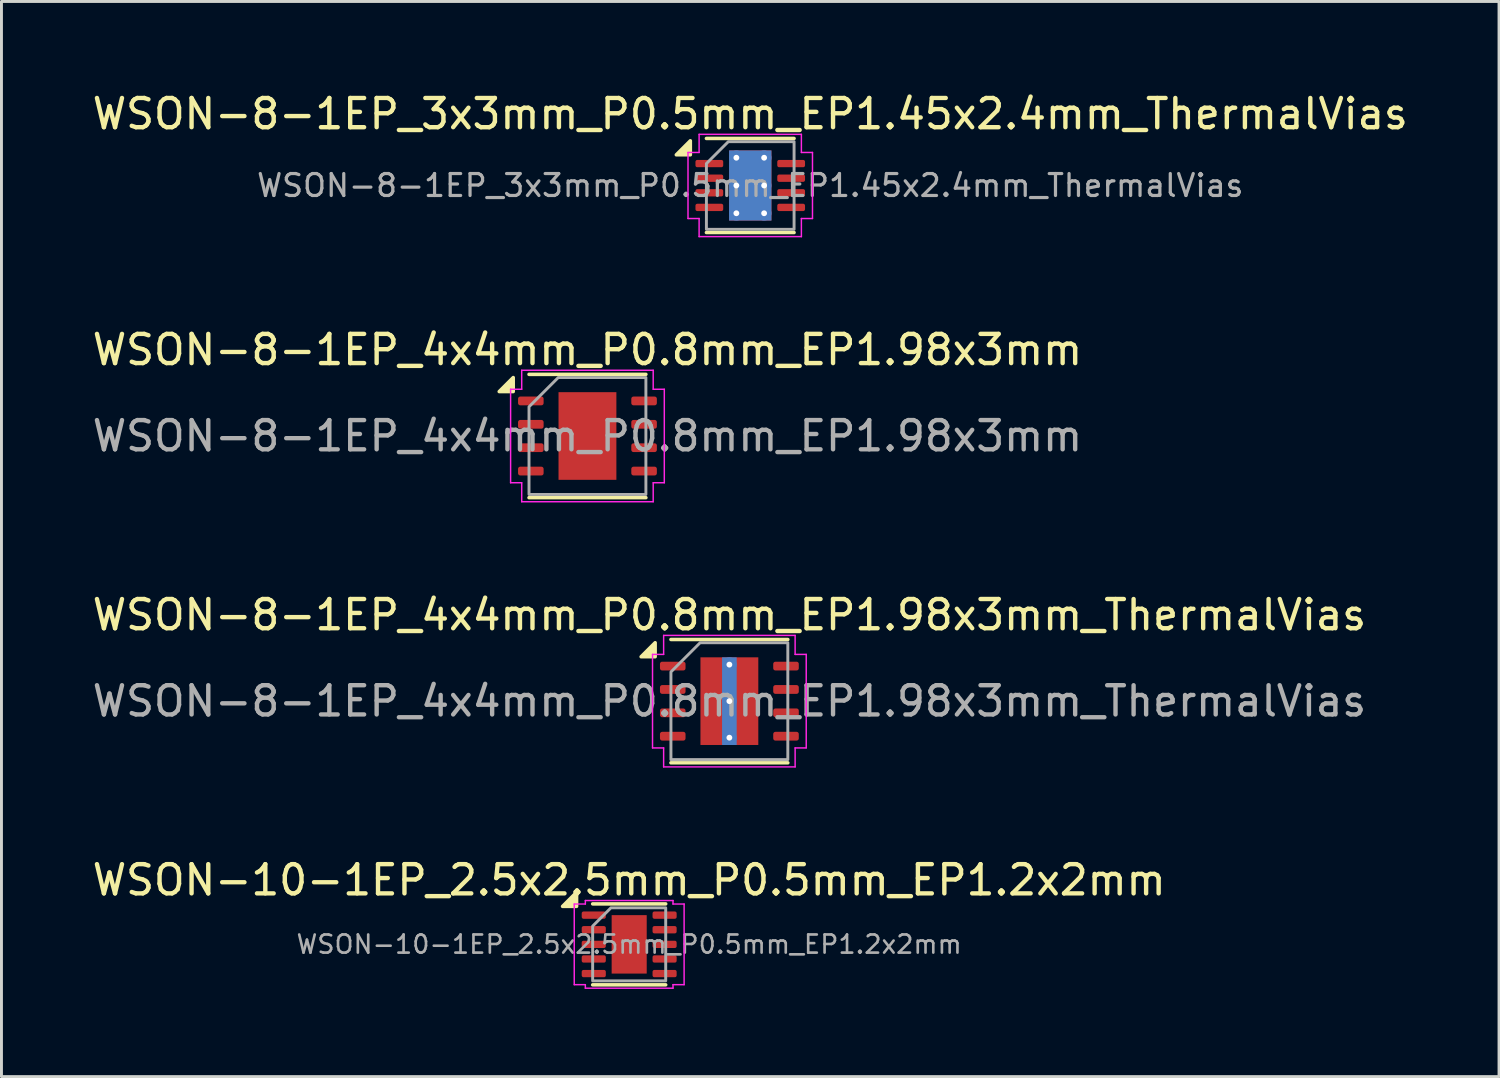
<source format=kicad_pcb>
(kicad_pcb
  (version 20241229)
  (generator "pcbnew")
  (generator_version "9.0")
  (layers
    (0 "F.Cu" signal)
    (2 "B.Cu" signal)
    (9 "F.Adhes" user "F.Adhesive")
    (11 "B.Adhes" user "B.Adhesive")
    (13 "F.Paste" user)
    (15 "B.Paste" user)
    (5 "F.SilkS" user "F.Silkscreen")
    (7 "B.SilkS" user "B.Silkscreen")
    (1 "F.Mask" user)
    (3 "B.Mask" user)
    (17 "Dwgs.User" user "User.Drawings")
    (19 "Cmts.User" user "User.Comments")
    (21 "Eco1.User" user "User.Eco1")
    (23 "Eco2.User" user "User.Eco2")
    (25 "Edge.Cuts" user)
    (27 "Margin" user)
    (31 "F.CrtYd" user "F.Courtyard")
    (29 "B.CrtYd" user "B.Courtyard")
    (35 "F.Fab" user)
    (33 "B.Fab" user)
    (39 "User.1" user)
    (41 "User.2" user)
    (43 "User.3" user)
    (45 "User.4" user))
  (footprint "WSON-8-1EP_3x3mm_P0.5mm_EP1.45x2.4mm_ThermalVias"
    (layer "F.Cu")
    (at 22.625 3.298)
    (property "Reference" "WSON-8-1EP_3x3mm_P0.5mm_EP1.45x2.4mm_ThermalVias" (at 0 -2.45 0) (layer "F.SilkS") (effects (font (size 1 1) (thickness 0.15))))
    (attr smd)
    (fp_line (start -1.5 -1.61) (end 1.5 -1.61) (stroke (width 0.12) (type solid)) (layer "F.SilkS"))
    (fp_line (start -1.5 1.61) (end 1.5 1.61) (stroke (width 0.12) (type solid)) (layer "F.SilkS"))
    (fp_poly (pts (xy -2.05 -1.05) (xy -2.53 -1.05) (xy -2.05 -1.53)) (stroke (width 0.12) (type solid)) (fill yes) (layer "F.SilkS"))
    (fp_line (start -2.13 -1.13) (end -1.75 -1.13) (stroke (width 0.05) (type solid)) (layer "F.CrtYd"))
    (fp_line (start -2.13 1.13) (end -2.13 -1.13) (stroke (width 0.05) (type solid)) (layer "F.CrtYd"))
    (fp_line (start -1.75 -1.75) (end 1.75 -1.75) (stroke (width 0.05) (type solid)) (layer "F.CrtYd"))
    (fp_line (start -1.75 -1.13) (end -1.75 -1.75) (stroke (width 0.05) (type solid)) (layer "F.CrtYd"))
    (fp_line (start -1.75 1.13) (end -2.13 1.13) (stroke (width 0.05) (type solid)) (layer "F.CrtYd"))
    (fp_line (start -1.75 1.75) (end -1.75 1.13) (stroke (width 0.05) (type solid)) (layer "F.CrtYd"))
    (fp_line (start 1.75 -1.75) (end 1.75 -1.13) (stroke (width 0.05) (type solid)) (layer "F.CrtYd"))
    (fp_line (start 1.75 -1.13) (end 2.13 -1.13) (stroke (width 0.05) (type solid)) (layer "F.CrtYd"))
    (fp_line (start 1.75 1.13) (end 1.75 1.75) (stroke (width 0.05) (type solid)) (layer "F.CrtYd"))
    (fp_line (start 1.75 1.75) (end -1.75 1.75) (stroke (width 0.05) (type solid)) (layer "F.CrtYd"))
    (fp_line (start 2.13 -1.13) (end 2.13 1.13) (stroke (width 0.05) (type solid)) (layer "F.CrtYd"))
    (fp_line (start 2.13 1.13) (end 1.75 1.13) (stroke (width 0.05) (type solid)) (layer "F.CrtYd"))
    (fp_poly (pts (xy -1.5 -0.75) (xy -1.5 1.5) (xy 1.5 1.5) (xy 1.5 -1.5) (xy -0.75 -1.5)) (stroke (width 0.1) (type solid)) (fill no) (layer "F.Fab"))
    (fp_text user "${REFERENCE}" (at 0 0 0) (layer "F.Fab") (effects (font (size 0.75 0.75) (thickness 0.11))))
    (pad "" smd roundrect (at 0 -0.6) (size 1.26 1.04) (layers "F.Paste") (roundrect_rratio 0.24))
    (pad "" smd roundrect (at 0 0.6) (size 1.26 1.04) (layers "F.Paste") (roundrect_rratio 0.24))
    (pad "1" smd roundrect (at -1.4 -0.75) (size 0.95 0.25) (layers "F.Cu" "F.Mask" "F.Paste") (roundrect_rratio 0.25))
    (pad "2" smd roundrect (at -1.4 -0.25) (size 0.95 0.25) (layers "F.Cu" "F.Mask" "F.Paste") (roundrect_rratio 0.25))
    (pad "3" smd roundrect (at -1.4 0.25) (size 0.95 0.25) (layers "F.Cu" "F.Mask" "F.Paste") (roundrect_rratio 0.25))
    (pad "4" smd roundrect (at -1.4 0.75) (size 0.95 0.25) (layers "F.Cu" "F.Mask" "F.Paste") (roundrect_rratio 0.25))
    (pad "5" smd roundrect (at 1.4 0.75) (size 0.95 0.25) (layers "F.Cu" "F.Mask" "F.Paste") (roundrect_rratio 0.25))
    (pad "6" smd roundrect (at 1.4 0.25) (size 0.95 0.25) (layers "F.Cu" "F.Mask" "F.Paste") (roundrect_rratio 0.25))
    (pad "7" smd roundrect (at 1.4 -0.25) (size 0.95 0.25) (layers "F.Cu" "F.Mask" "F.Paste") (roundrect_rratio 0.25))
    (pad "8" smd roundrect (at 1.4 -0.75) (size 0.95 0.25) (layers "F.Cu" "F.Mask" "F.Paste") (roundrect_rratio 0.25))
    (pad "9" thru_hole circle (at -0.475 -0.95) (size 0.5 0.5) (drill 0.2) (property pad_prop_heatsink) (layers "*.Cu"))
    (pad "9" thru_hole circle (at -0.475 0) (size 0.5 0.5) (drill 0.2) (property pad_prop_heatsink) (layers "*.Cu"))
    (pad "9" thru_hole circle (at -0.475 0.95) (size 0.5 0.5) (drill 0.2) (property pad_prop_heatsink) (layers "*.Cu"))
    (pad "9" smd rect (at 0 0) (size 1.45 2.4) (property pad_prop_heatsink) (layers "F.Cu" "F.Mask"))
    (pad "9" smd rect (at 0 0) (size 1.45 2.4) (property pad_prop_heatsink) (layers "B.Cu"))
    (pad "9" thru_hole circle (at 0.475 -0.95) (size 0.5 0.5) (drill 0.2) (property pad_prop_heatsink) (layers "*.Cu"))
    (pad "9" thru_hole circle (at 0.475 0) (size 0.5 0.5) (drill 0.2) (property pad_prop_heatsink) (layers "*.Cu"))
    (pad "9" thru_hole circle (at 0.475 0.95) (size 0.5 0.5) (drill 0.2) (property pad_prop_heatsink) (layers "*.Cu")))
  (footprint "WSON-10-1EP_2.5x2.5mm_P0.5mm_EP1.2x2mm"
    (layer "F.Cu")
    (at 18.482 29.268)
    (property "Reference" "WSON-10-1EP_2.5x2.5mm_P0.5mm_EP1.2x2mm" (at 0 -2.2 0) (layer "F.SilkS") (effects (font (size 1 1) (thickness 0.15))))
    (attr smd)
    (fp_line (start -1.25 -1.385) (end 1.25 -1.385) (stroke (width 0.12) (type solid)) (layer "F.SilkS"))
    (fp_line (start -1.25 1.385) (end 1.25 1.385) (stroke (width 0.12) (type solid)) (layer "F.SilkS"))
    (fp_poly (pts (xy -1.8 -1.3) (xy -2.28 -1.3) (xy -1.8 -1.78)) (stroke (width 0.12) (type solid)) (fill yes) (layer "F.SilkS"))
    (fp_line (start -1.88 -1.38) (end -1.5 -1.38) (stroke (width 0.05) (type solid)) (layer "F.CrtYd"))
    (fp_line (start -1.88 1.38) (end -1.88 -1.38) (stroke (width 0.05) (type solid)) (layer "F.CrtYd"))
    (fp_line (start -1.5 -1.5) (end 1.5 -1.5) (stroke (width 0.05) (type solid)) (layer "F.CrtYd"))
    (fp_line (start -1.5 -1.38) (end -1.5 -1.5) (stroke (width 0.05) (type solid)) (layer "F.CrtYd"))
    (fp_line (start -1.5 1.38) (end -1.88 1.38) (stroke (width 0.05) (type solid)) (layer "F.CrtYd"))
    (fp_line (start -1.5 1.5) (end -1.5 1.38) (stroke (width 0.05) (type solid)) (layer "F.CrtYd"))
    (fp_line (start 1.5 -1.5) (end 1.5 -1.38) (stroke (width 0.05) (type solid)) (layer "F.CrtYd"))
    (fp_line (start 1.5 -1.38) (end 1.88 -1.38) (stroke (width 0.05) (type solid)) (layer "F.CrtYd"))
    (fp_line (start 1.5 1.38) (end 1.5 1.5) (stroke (width 0.05) (type solid)) (layer "F.CrtYd"))
    (fp_line (start 1.5 1.5) (end -1.5 1.5) (stroke (width 0.05) (type solid)) (layer "F.CrtYd"))
    (fp_line (start 1.88 -1.38) (end 1.88 1.38) (stroke (width 0.05) (type solid)) (layer "F.CrtYd"))
    (fp_line (start 1.88 1.38) (end 1.5 1.38) (stroke (width 0.05) (type solid)) (layer "F.CrtYd"))
    (fp_poly (pts (xy -1.25 -0.625) (xy -1.25 1.25) (xy 1.25 1.25) (xy 1.25 -1.25) (xy -0.625 -1.25)) (stroke (width 0.1) (type solid)) (fill no) (layer "F.Fab"))
    (fp_text user "${REFERENCE}" (at 0 0 0) (layer "F.Fab") (effects (font (size 0.62 0.62) (thickness 0.09))))
    (pad "" smd roundrect (at -0.3 -0.5) (size 0.48 0.81) (layers "F.Paste") (roundrect_rratio 0.25))
    (pad "" smd roundrect (at -0.3 0.5) (size 0.48 0.81) (layers "F.Paste") (roundrect_rratio 0.25))
    (pad "" smd roundrect (at 0.3 -0.5) (size 0.48 0.81) (layers "F.Paste") (roundrect_rratio 0.25))
    (pad "" smd roundrect (at 0.3 0.5) (size 0.48 0.81) (layers "F.Paste") (roundrect_rratio 0.25))
    (pad "1" smd roundrect (at -1.212 -1) (size 0.825 0.25) (layers "F.Cu" "F.Mask" "F.Paste") (roundrect_rratio 0.25))
    (pad "2" smd roundrect (at -1.212 -0.5) (size 0.825 0.25) (layers "F.Cu" "F.Mask" "F.Paste") (roundrect_rratio 0.25))
    (pad "3" smd roundrect (at -1.212 0) (size 0.825 0.25) (layers "F.Cu" "F.Mask" "F.Paste") (roundrect_rratio 0.25))
    (pad "4" smd roundrect (at -1.212 0.5) (size 0.825 0.25) (layers "F.Cu" "F.Mask" "F.Paste") (roundrect_rratio 0.25))
    (pad "5" smd roundrect (at -1.212 1) (size 0.825 0.25) (layers "F.Cu" "F.Mask" "F.Paste") (roundrect_rratio 0.25))
    (pad "6" smd roundrect (at 1.212 1) (size 0.825 0.25) (layers "F.Cu" "F.Mask" "F.Paste") (roundrect_rratio 0.25))
    (pad "7" smd roundrect (at 1.212 0.5) (size 0.825 0.25) (layers "F.Cu" "F.Mask" "F.Paste") (roundrect_rratio 0.25))
    (pad "8" smd roundrect (at 1.212 0) (size 0.825 0.25) (layers "F.Cu" "F.Mask" "F.Paste") (roundrect_rratio 0.25))
    (pad "9" smd roundrect (at 1.212 -0.5) (size 0.825 0.25) (layers "F.Cu" "F.Mask" "F.Paste") (roundrect_rratio 0.25))
    (pad "10" smd roundrect (at 1.212 -1) (size 0.825 0.25) (layers "F.Cu" "F.Mask" "F.Paste") (roundrect_rratio 0.25))
    (pad "11" smd rect (at 0 0) (size 1.2 2) (property pad_prop_heatsink) (layers "F.Cu" "F.Mask")))
  (footprint "WSON-8-1EP_4x4mm_P0.8mm_EP1.98x3mm_ThermalVias"
    (layer "F.Cu")
    (at 21.911 20.945)
    (property "Reference" "WSON-8-1EP_4x4mm_P0.8mm_EP1.98x3mm_ThermalVias" (at 0 -2.95 0) (layer "F.SilkS") (effects (font (size 1 1) (thickness 0.15))))
    (attr smd)
    (fp_line (start -2 -2.11) (end 2 -2.11) (stroke (width 0.12) (type solid)) (layer "F.SilkS"))
    (fp_line (start -2 2.11) (end 2 2.11) (stroke (width 0.12) (type solid)) (layer "F.SilkS"))
    (fp_poly (pts (xy -2.54 -1.52) (xy -3.02 -1.52) (xy -2.54 -2)) (stroke (width 0.12) (type solid)) (fill yes) (layer "F.SilkS"))
    (fp_line (start -2.63 -1.6) (end -2.25 -1.6) (stroke (width 0.05) (type solid)) (layer "F.CrtYd"))
    (fp_line (start -2.63 1.6) (end -2.63 -1.6) (stroke (width 0.05) (type solid)) (layer "F.CrtYd"))
    (fp_line (start -2.25 -2.25) (end 2.25 -2.25) (stroke (width 0.05) (type solid)) (layer "F.CrtYd"))
    (fp_line (start -2.25 -1.6) (end -2.25 -2.25) (stroke (width 0.05) (type solid)) (layer "F.CrtYd"))
    (fp_line (start -2.25 1.6) (end -2.63 1.6) (stroke (width 0.05) (type solid)) (layer "F.CrtYd"))
    (fp_line (start -2.25 2.25) (end -2.25 1.6) (stroke (width 0.05) (type solid)) (layer "F.CrtYd"))
    (fp_line (start 2.25 -2.25) (end 2.25 -1.6) (stroke (width 0.05) (type solid)) (layer "F.CrtYd"))
    (fp_line (start 2.25 -1.6) (end 2.63 -1.6) (stroke (width 0.05) (type solid)) (layer "F.CrtYd"))
    (fp_line (start 2.25 1.6) (end 2.25 2.25) (stroke (width 0.05) (type solid)) (layer "F.CrtYd"))
    (fp_line (start 2.25 2.25) (end -2.25 2.25) (stroke (width 0.05) (type solid)) (layer "F.CrtYd"))
    (fp_line (start 2.63 -1.6) (end 2.63 1.6) (stroke (width 0.05) (type solid)) (layer "F.CrtYd"))
    (fp_line (start 2.63 1.6) (end 2.25 1.6) (stroke (width 0.05) (type solid)) (layer "F.CrtYd"))
    (fp_poly (pts (xy -2 -1) (xy -2 2) (xy 2 2) (xy 2 -2) (xy -1 -2)) (stroke (width 0.1) (type solid)) (fill no) (layer "F.Fab"))
    (fp_text user "${REFERENCE}" (at 0 0 0) (layer "F.Fab") (effects (font (size 1 1) (thickness 0.15))))
    (pad "" smd roundrect (at -0.495 -0.75) (size 0.8 1.21) (layers "F.Paste") (roundrect_rratio 0.25))
    (pad "" smd roundrect (at -0.495 0.75) (size 0.8 1.21) (layers "F.Paste") (roundrect_rratio 0.25))
    (pad "" smd roundrect (at 0.495 -0.75) (size 0.8 1.21) (layers "F.Paste") (roundrect_rratio 0.25))
    (pad "" smd roundrect (at 0.495 0.75) (size 0.8 1.21) (layers "F.Paste") (roundrect_rratio 0.25))
    (pad "1" smd roundrect (at -1.938 -1.2) (size 0.875 0.3) (layers "F.Cu" "F.Mask" "F.Paste") (roundrect_rratio 0.25))
    (pad "2" smd roundrect (at -1.938 -0.4) (size 0.875 0.3) (layers "F.Cu" "F.Mask" "F.Paste") (roundrect_rratio 0.25))
    (pad "3" smd roundrect (at -1.938 0.4) (size 0.875 0.3) (layers "F.Cu" "F.Mask" "F.Paste") (roundrect_rratio 0.25))
    (pad "4" smd roundrect (at -1.938 1.2) (size 0.875 0.3) (layers "F.Cu" "F.Mask" "F.Paste") (roundrect_rratio 0.25))
    (pad "5" smd roundrect (at 1.938 1.2) (size 0.875 0.3) (layers "F.Cu" "F.Mask" "F.Paste") (roundrect_rratio 0.25))
    (pad "6" smd roundrect (at 1.938 0.4) (size 0.875 0.3) (layers "F.Cu" "F.Mask" "F.Paste") (roundrect_rratio 0.25))
    (pad "7" smd roundrect (at 1.938 -0.4) (size 0.875 0.3) (layers "F.Cu" "F.Mask" "F.Paste") (roundrect_rratio 0.25))
    (pad "8" smd roundrect (at 1.938 -1.2) (size 0.875 0.3) (layers "F.Cu" "F.Mask" "F.Paste") (roundrect_rratio 0.25))
    (pad "9" thru_hole circle (at 0 -1.25) (size 0.5 0.5) (drill 0.2) (property pad_prop_heatsink) (layers "*.Cu"))
    (pad "9" thru_hole circle (at 0 0) (size 0.5 0.5) (drill 0.2) (property pad_prop_heatsink) (layers "*.Cu"))
    (pad "9" smd rect (at 0 0) (size 0.5 3) (property pad_prop_heatsink) (layers "B.Cu"))
    (pad "9" smd rect (at 0 0) (size 1.98 3) (property pad_prop_heatsink) (layers "F.Cu" "F.Mask"))
    (pad "9" thru_hole circle (at 0 1.25) (size 0.5 0.5) (drill 0.2) (property pad_prop_heatsink) (layers "*.Cu")))
  (footprint "WSON-8-1EP_4x4mm_P0.8mm_EP1.98x3mm"
    (layer "F.Cu")
    (at 17.054 11.871)
    (property "Reference" "WSON-8-1EP_4x4mm_P0.8mm_EP1.98x3mm" (at 0 -2.95 0) (layer "F.SilkS") (effects (font (size 1 1) (thickness 0.15))))
    (attr smd)
    (fp_line (start -2 -2.11) (end 2 -2.11) (stroke (width 0.12) (type solid)) (layer "F.SilkS"))
    (fp_line (start -2 2.11) (end 2 2.11) (stroke (width 0.12) (type solid)) (layer "F.SilkS"))
    (fp_poly (pts (xy -2.54 -1.52) (xy -3.02 -1.52) (xy -2.54 -2)) (stroke (width 0.12) (type solid)) (fill yes) (layer "F.SilkS"))
    (fp_line (start -2.63 -1.6) (end -2.25 -1.6) (stroke (width 0.05) (type solid)) (layer "F.CrtYd"))
    (fp_line (start -2.63 1.6) (end -2.63 -1.6) (stroke (width 0.05) (type solid)) (layer "F.CrtYd"))
    (fp_line (start -2.25 -2.25) (end 2.25 -2.25) (stroke (width 0.05) (type solid)) (layer "F.CrtYd"))
    (fp_line (start -2.25 -1.6) (end -2.25 -2.25) (stroke (width 0.05) (type solid)) (layer "F.CrtYd"))
    (fp_line (start -2.25 1.6) (end -2.63 1.6) (stroke (width 0.05) (type solid)) (layer "F.CrtYd"))
    (fp_line (start -2.25 2.25) (end -2.25 1.6) (stroke (width 0.05) (type solid)) (layer "F.CrtYd"))
    (fp_line (start 2.25 -2.25) (end 2.25 -1.6) (stroke (width 0.05) (type solid)) (layer "F.CrtYd"))
    (fp_line (start 2.25 -1.6) (end 2.63 -1.6) (stroke (width 0.05) (type solid)) (layer "F.CrtYd"))
    (fp_line (start 2.25 1.6) (end 2.25 2.25) (stroke (width 0.05) (type solid)) (layer "F.CrtYd"))
    (fp_line (start 2.25 2.25) (end -2.25 2.25) (stroke (width 0.05) (type solid)) (layer "F.CrtYd"))
    (fp_line (start 2.63 -1.6) (end 2.63 1.6) (stroke (width 0.05) (type solid)) (layer "F.CrtYd"))
    (fp_line (start 2.63 1.6) (end 2.25 1.6) (stroke (width 0.05) (type solid)) (layer "F.CrtYd"))
    (fp_poly (pts (xy -2 -1) (xy -2 2) (xy 2 2) (xy 2 -2) (xy -1 -2)) (stroke (width 0.1) (type solid)) (fill no) (layer "F.Fab"))
    (fp_text user "${REFERENCE}" (at 0 0 0) (layer "F.Fab") (effects (font (size 1 1) (thickness 0.15))))
    (pad "" smd roundrect (at -0.495 -0.75) (size 0.8 1.21) (layers "F.Paste") (roundrect_rratio 0.25))
    (pad "" smd roundrect (at -0.495 0.75) (size 0.8 1.21) (layers "F.Paste") (roundrect_rratio 0.25))
    (pad "" smd roundrect (at 0.495 -0.75) (size 0.8 1.21) (layers "F.Paste") (roundrect_rratio 0.25))
    (pad "" smd roundrect (at 0.495 0.75) (size 0.8 1.21) (layers "F.Paste") (roundrect_rratio 0.25))
    (pad "1" smd roundrect (at -1.938 -1.2) (size 0.875 0.3) (layers "F.Cu" "F.Mask" "F.Paste") (roundrect_rratio 0.25))
    (pad "2" smd roundrect (at -1.938 -0.4) (size 0.875 0.3) (layers "F.Cu" "F.Mask" "F.Paste") (roundrect_rratio 0.25))
    (pad "3" smd roundrect (at -1.938 0.4) (size 0.875 0.3) (layers "F.Cu" "F.Mask" "F.Paste") (roundrect_rratio 0.25))
    (pad "4" smd roundrect (at -1.938 1.2) (size 0.875 0.3) (layers "F.Cu" "F.Mask" "F.Paste") (roundrect_rratio 0.25))
    (pad "5" smd roundrect (at 1.938 1.2) (size 0.875 0.3) (layers "F.Cu" "F.Mask" "F.Paste") (roundrect_rratio 0.25))
    (pad "6" smd roundrect (at 1.938 0.4) (size 0.875 0.3) (layers "F.Cu" "F.Mask" "F.Paste") (roundrect_rratio 0.25))
    (pad "7" smd roundrect (at 1.938 -0.4) (size 0.875 0.3) (layers "F.Cu" "F.Mask" "F.Paste") (roundrect_rratio 0.25))
    (pad "8" smd roundrect (at 1.938 -1.2) (size 0.875 0.3) (layers "F.Cu" "F.Mask" "F.Paste") (roundrect_rratio 0.25))
    (pad "9" smd rect (at 0 0) (size 1.98 3) (property pad_prop_heatsink) (layers "F.Cu" "F.Mask")))
  (gr_rect
    (start -3 -3)
    (end 48.25 33.793)
    (stroke (width 0.1) (type default))
    (fill no)
    (layer "Edge.Cuts")))
</source>
